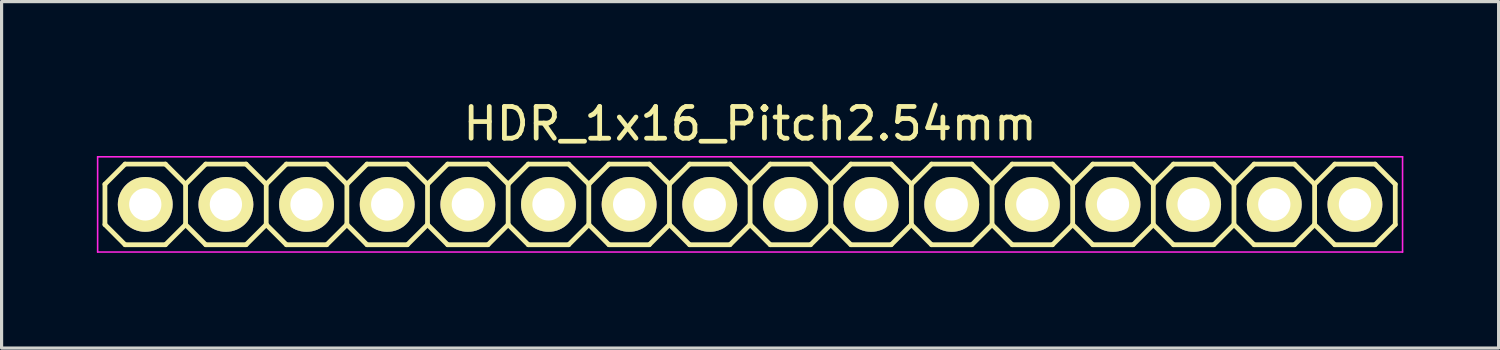
<source format=kicad_pcb>
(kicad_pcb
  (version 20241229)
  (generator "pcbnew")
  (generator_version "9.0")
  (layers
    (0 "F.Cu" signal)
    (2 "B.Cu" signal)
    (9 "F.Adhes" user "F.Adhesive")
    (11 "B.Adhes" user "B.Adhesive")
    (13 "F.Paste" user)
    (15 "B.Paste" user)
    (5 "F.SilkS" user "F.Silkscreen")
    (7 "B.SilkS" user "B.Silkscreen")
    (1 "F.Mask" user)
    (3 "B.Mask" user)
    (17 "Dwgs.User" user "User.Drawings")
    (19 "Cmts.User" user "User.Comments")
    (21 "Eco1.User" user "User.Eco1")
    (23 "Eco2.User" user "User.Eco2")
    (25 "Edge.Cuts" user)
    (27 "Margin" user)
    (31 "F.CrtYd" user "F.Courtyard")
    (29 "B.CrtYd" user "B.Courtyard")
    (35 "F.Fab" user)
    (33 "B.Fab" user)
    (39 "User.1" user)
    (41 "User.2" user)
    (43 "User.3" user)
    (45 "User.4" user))
  (footprint "HDR_1x16_Pitch2.54mm"
    (layer "F.Cu")
    (at 20.575 3.388)
    (property "Reference" "HDR_1x16_Pitch2.54mm" (at 0 -2.54 0) (layer "F.SilkS") (effects (font (size 1 1) (thickness 0.15))))
    (attr through_hole)
    (fp_line (start -20.32 -0.635) (end -20.32 0.635) (stroke (width 0.15) (type solid)) (layer "F.SilkS"))
    (fp_line (start -20.32 0.635) (end -19.685 1.27) (stroke (width 0.15) (type solid)) (layer "F.SilkS"))
    (fp_line (start -19.685 -1.27) (end -20.32 -0.635) (stroke (width 0.15) (type solid)) (layer "F.SilkS"))
    (fp_line (start -19.685 1.27) (end -18.415 1.27) (stroke (width 0.15) (type solid)) (layer "F.SilkS"))
    (fp_line (start -18.415 -1.27) (end -19.685 -1.27) (stroke (width 0.15) (type solid)) (layer "F.SilkS"))
    (fp_line (start -18.415 1.27) (end -17.78 0.635) (stroke (width 0.15) (type solid)) (layer "F.SilkS"))
    (fp_line (start -17.78 -0.635) (end -18.415 -1.27) (stroke (width 0.15) (type solid)) (layer "F.SilkS"))
    (fp_line (start -17.78 -0.635) (end -17.78 0.635) (stroke (width 0.15) (type solid)) (layer "F.SilkS"))
    (fp_line (start -17.78 -0.635) (end -17.145 -1.27) (stroke (width 0.15) (type solid)) (layer "F.SilkS"))
    (fp_line (start -17.145 -1.27) (end -15.875 -1.27) (stroke (width 0.15) (type solid)) (layer "F.SilkS"))
    (fp_line (start -17.145 1.27) (end -17.78 0.635) (stroke (width 0.15) (type solid)) (layer "F.SilkS"))
    (fp_line (start -15.875 -1.27) (end -15.24 -0.635) (stroke (width 0.15) (type solid)) (layer "F.SilkS"))
    (fp_line (start -15.875 1.27) (end -17.145 1.27) (stroke (width 0.15) (type solid)) (layer "F.SilkS"))
    (fp_line (start -15.24 -0.635) (end -15.24 0.635) (stroke (width 0.15) (type solid)) (layer "F.SilkS"))
    (fp_line (start -15.24 -0.635) (end -14.605 -1.27) (stroke (width 0.15) (type solid)) (layer "F.SilkS"))
    (fp_line (start -15.24 0.635) (end -15.875 1.27) (stroke (width 0.15) (type solid)) (layer "F.SilkS"))
    (fp_line (start -14.605 -1.27) (end -13.335 -1.27) (stroke (width 0.15) (type solid)) (layer "F.SilkS"))
    (fp_line (start -14.605 1.27) (end -15.24 0.635) (stroke (width 0.15) (type solid)) (layer "F.SilkS"))
    (fp_line (start -13.335 -1.27) (end -12.7 -0.635) (stroke (width 0.15) (type solid)) (layer "F.SilkS"))
    (fp_line (start -13.335 1.27) (end -14.605 1.27) (stroke (width 0.15) (type solid)) (layer "F.SilkS"))
    (fp_line (start -12.7 -0.635) (end -12.7 0.635) (stroke (width 0.15) (type solid)) (layer "F.SilkS"))
    (fp_line (start -12.7 -0.635) (end -12.065 -1.27) (stroke (width 0.15) (type solid)) (layer "F.SilkS"))
    (fp_line (start -12.7 0.635) (end -13.335 1.27) (stroke (width 0.15) (type solid)) (layer "F.SilkS"))
    (fp_line (start -12.065 -1.27) (end -10.795 -1.27) (stroke (width 0.15) (type solid)) (layer "F.SilkS"))
    (fp_line (start -12.065 1.27) (end -12.7 0.635) (stroke (width 0.15) (type solid)) (layer "F.SilkS"))
    (fp_line (start -10.795 -1.27) (end -10.16 -0.635) (stroke (width 0.15) (type solid)) (layer "F.SilkS"))
    (fp_line (start -10.795 1.27) (end -12.065 1.27) (stroke (width 0.15) (type solid)) (layer "F.SilkS"))
    (fp_line (start -10.16 -0.635) (end -10.16 0.635) (stroke (width 0.15) (type solid)) (layer "F.SilkS"))
    (fp_line (start -10.16 -0.635) (end -9.525 -1.27) (stroke (width 0.15) (type solid)) (layer "F.SilkS"))
    (fp_line (start -10.16 0.635) (end -10.795 1.27) (stroke (width 0.15) (type solid)) (layer "F.SilkS"))
    (fp_line (start -9.525 -1.27) (end -8.255 -1.27) (stroke (width 0.15) (type solid)) (layer "F.SilkS"))
    (fp_line (start -9.525 1.27) (end -10.16 0.635) (stroke (width 0.15) (type solid)) (layer "F.SilkS"))
    (fp_line (start -8.255 -1.27) (end -7.62 -0.635) (stroke (width 0.15) (type solid)) (layer "F.SilkS"))
    (fp_line (start -8.255 1.27) (end -9.525 1.27) (stroke (width 0.15) (type solid)) (layer "F.SilkS"))
    (fp_line (start -7.62 -0.635) (end -7.62 0.635) (stroke (width 0.15) (type solid)) (layer "F.SilkS"))
    (fp_line (start -7.62 -0.635) (end -6.985 -1.27) (stroke (width 0.15) (type solid)) (layer "F.SilkS"))
    (fp_line (start -7.62 0.635) (end -8.255 1.27) (stroke (width 0.15) (type solid)) (layer "F.SilkS"))
    (fp_line (start -6.985 -1.27) (end -5.715 -1.27) (stroke (width 0.15) (type solid)) (layer "F.SilkS"))
    (fp_line (start -6.985 1.27) (end -7.62 0.635) (stroke (width 0.15) (type solid)) (layer "F.SilkS"))
    (fp_line (start -5.715 -1.27) (end -5.08 -0.635) (stroke (width 0.15) (type solid)) (layer "F.SilkS"))
    (fp_line (start -5.715 1.27) (end -6.985 1.27) (stroke (width 0.15) (type solid)) (layer "F.SilkS"))
    (fp_line (start -5.08 -0.635) (end -5.08 0.635) (stroke (width 0.15) (type solid)) (layer "F.SilkS"))
    (fp_line (start -5.08 -0.635) (end -4.445 -1.27) (stroke (width 0.15) (type solid)) (layer "F.SilkS"))
    (fp_line (start -5.08 0.635) (end -5.715 1.27) (stroke (width 0.15) (type solid)) (layer "F.SilkS"))
    (fp_line (start -4.445 -1.27) (end -3.175 -1.27) (stroke (width 0.15) (type solid)) (layer "F.SilkS"))
    (fp_line (start -4.445 1.27) (end -5.08 0.635) (stroke (width 0.15) (type solid)) (layer "F.SilkS"))
    (fp_line (start -3.175 -1.27) (end -2.54 -0.635) (stroke (width 0.15) (type solid)) (layer "F.SilkS"))
    (fp_line (start -3.175 1.27) (end -4.445 1.27) (stroke (width 0.15) (type solid)) (layer "F.SilkS"))
    (fp_line (start -2.54 -0.635) (end -2.54 0.635) (stroke (width 0.15) (type solid)) (layer "F.SilkS"))
    (fp_line (start -2.54 -0.635) (end -1.905 -1.27) (stroke (width 0.15) (type solid)) (layer "F.SilkS"))
    (fp_line (start -2.54 0.635) (end -3.175 1.27) (stroke (width 0.15) (type solid)) (layer "F.SilkS"))
    (fp_line (start -1.905 -1.27) (end -0.635 -1.27) (stroke (width 0.15) (type solid)) (layer "F.SilkS"))
    (fp_line (start -1.905 1.27) (end -2.54 0.635) (stroke (width 0.15) (type solid)) (layer "F.SilkS"))
    (fp_line (start -0.635 -1.27) (end 0 -0.635) (stroke (width 0.15) (type solid)) (layer "F.SilkS"))
    (fp_line (start -0.635 1.27) (end -1.905 1.27) (stroke (width 0.15) (type solid)) (layer "F.SilkS"))
    (fp_line (start 0 -0.635) (end 0 0.635) (stroke (width 0.15) (type solid)) (layer "F.SilkS"))
    (fp_line (start 0 -0.635) (end 0.635 -1.27) (stroke (width 0.15) (type solid)) (layer "F.SilkS"))
    (fp_line (start 0 0.635) (end -0.635 1.27) (stroke (width 0.15) (type solid)) (layer "F.SilkS"))
    (fp_line (start 0.635 -1.27) (end 1.905 -1.27) (stroke (width 0.15) (type solid)) (layer "F.SilkS"))
    (fp_line (start 0.635 1.27) (end 0 0.635) (stroke (width 0.15) (type solid)) (layer "F.SilkS"))
    (fp_line (start 1.905 -1.27) (end 2.54 -0.635) (stroke (width 0.15) (type solid)) (layer "F.SilkS"))
    (fp_line (start 1.905 1.27) (end 0.635 1.27) (stroke (width 0.15) (type solid)) (layer "F.SilkS"))
    (fp_line (start 2.54 -0.635) (end 2.54 0.635) (stroke (width 0.15) (type solid)) (layer "F.SilkS"))
    (fp_line (start 2.54 -0.635) (end 3.175 -1.27) (stroke (width 0.15) (type solid)) (layer "F.SilkS"))
    (fp_line (start 2.54 0.635) (end 1.905 1.27) (stroke (width 0.15) (type solid)) (layer "F.SilkS"))
    (fp_line (start 3.175 -1.27) (end 4.445 -1.27) (stroke (width 0.15) (type solid)) (layer "F.SilkS"))
    (fp_line (start 3.175 1.27) (end 2.54 0.635) (stroke (width 0.15) (type solid)) (layer "F.SilkS"))
    (fp_line (start 4.445 -1.27) (end 5.08 -0.635) (stroke (width 0.15) (type solid)) (layer "F.SilkS"))
    (fp_line (start 4.445 1.27) (end 3.175 1.27) (stroke (width 0.15) (type solid)) (layer "F.SilkS"))
    (fp_line (start 5.08 -0.635) (end 5.08 0.635) (stroke (width 0.15) (type solid)) (layer "F.SilkS"))
    (fp_line (start 5.08 -0.635) (end 5.715 -1.27) (stroke (width 0.15) (type solid)) (layer "F.SilkS"))
    (fp_line (start 5.08 0.635) (end 4.445 1.27) (stroke (width 0.15) (type solid)) (layer "F.SilkS"))
    (fp_line (start 5.08 0.635) (end 5.715 1.27) (stroke (width 0.15) (type solid)) (layer "F.SilkS"))
    (fp_line (start 5.715 -1.27) (end 6.985 -1.27) (stroke (width 0.15) (type solid)) (layer "F.SilkS"))
    (fp_line (start 5.715 1.27) (end 6.985 1.27) (stroke (width 0.15) (type solid)) (layer "F.SilkS"))
    (fp_line (start 6.985 -1.27) (end 7.62 -0.635) (stroke (width 0.15) (type solid)) (layer "F.SilkS"))
    (fp_line (start 6.985 1.27) (end 7.62 0.635) (stroke (width 0.15) (type solid)) (layer "F.SilkS"))
    (fp_line (start 7.62 -0.635) (end 7.62 0.635) (stroke (width 0.15) (type solid)) (layer "F.SilkS"))
    (fp_line (start 7.62 -0.635) (end 8.255 -1.27) (stroke (width 0.15) (type solid)) (layer "F.SilkS"))
    (fp_line (start 7.62 0.635) (end 8.255 1.27) (stroke (width 0.15) (type solid)) (layer "F.SilkS"))
    (fp_line (start 8.255 -1.27) (end 9.525 -1.27) (stroke (width 0.15) (type solid)) (layer "F.SilkS"))
    (fp_line (start 8.255 1.27) (end 9.525 1.27) (stroke (width 0.15) (type solid)) (layer "F.SilkS"))
    (fp_line (start 9.525 -1.27) (end 10.16 -0.635) (stroke (width 0.15) (type solid)) (layer "F.SilkS"))
    (fp_line (start 9.525 1.27) (end 10.16 0.635) (stroke (width 0.15) (type solid)) (layer "F.SilkS"))
    (fp_line (start 10.16 -0.635) (end 10.16 0.635) (stroke (width 0.15) (type solid)) (layer "F.SilkS"))
    (fp_line (start 10.16 -0.635) (end 10.795 -1.27) (stroke (width 0.15) (type solid)) (layer "F.SilkS"))
    (fp_line (start 10.16 0.635) (end 10.795 1.27) (stroke (width 0.15) (type solid)) (layer "F.SilkS"))
    (fp_line (start 10.795 -1.27) (end 12.065 -1.27) (stroke (width 0.15) (type solid)) (layer "F.SilkS"))
    (fp_line (start 10.795 1.27) (end 12.065 1.27) (stroke (width 0.15) (type solid)) (layer "F.SilkS"))
    (fp_line (start 12.065 -1.27) (end 12.7 -0.635) (stroke (width 0.15) (type solid)) (layer "F.SilkS"))
    (fp_line (start 12.065 1.27) (end 12.7 0.635) (stroke (width 0.15) (type solid)) (layer "F.SilkS"))
    (fp_line (start 12.7 -0.635) (end 12.7 0.635) (stroke (width 0.15) (type solid)) (layer "F.SilkS"))
    (fp_line (start 12.7 -0.635) (end 13.335 -1.27) (stroke (width 0.15) (type solid)) (layer "F.SilkS"))
    (fp_line (start 12.7 0.635) (end 13.335 1.27) (stroke (width 0.15) (type solid)) (layer "F.SilkS"))
    (fp_line (start 13.335 -1.27) (end 14.605 -1.27) (stroke (width 0.15) (type solid)) (layer "F.SilkS"))
    (fp_line (start 13.335 1.27) (end 14.605 1.27) (stroke (width 0.15) (type solid)) (layer "F.SilkS"))
    (fp_line (start 14.605 -1.27) (end 15.24 -0.635) (stroke (width 0.15) (type solid)) (layer "F.SilkS"))
    (fp_line (start 14.605 1.27) (end 15.24 0.635) (stroke (width 0.15) (type solid)) (layer "F.SilkS"))
    (fp_line (start 15.24 -0.635) (end 15.24 0.635) (stroke (width 0.15) (type solid)) (layer "F.SilkS"))
    (fp_line (start 15.24 -0.635) (end 15.875 -1.27) (stroke (width 0.15) (type solid)) (layer "F.SilkS"))
    (fp_line (start 15.875 -1.27) (end 17.145 -1.27) (stroke (width 0.15) (type solid)) (layer "F.SilkS"))
    (fp_line (start 15.875 1.27) (end 15.24 0.635) (stroke (width 0.15) (type solid)) (layer "F.SilkS"))
    (fp_line (start 17.145 -1.27) (end 17.78 -0.635) (stroke (width 0.15) (type solid)) (layer "F.SilkS"))
    (fp_line (start 17.145 1.27) (end 15.875 1.27) (stroke (width 0.15) (type solid)) (layer "F.SilkS"))
    (fp_line (start 17.78 -0.635) (end 17.78 0.635) (stroke (width 0.15) (type solid)) (layer "F.SilkS"))
    (fp_line (start 17.78 0.635) (end 17.145 1.27) (stroke (width 0.15) (type solid)) (layer "F.SilkS"))
    (fp_line (start 17.78 0.635) (end 18.415 1.27) (stroke (width 0.15) (type solid)) (layer "F.SilkS"))
    (fp_line (start 18.415 -1.27) (end 17.78 -0.635) (stroke (width 0.15) (type solid)) (layer "F.SilkS"))
    (fp_line (start 18.415 1.27) (end 19.685 1.27) (stroke (width 0.15) (type solid)) (layer "F.SilkS"))
    (fp_line (start 19.685 -1.27) (end 18.415 -1.27) (stroke (width 0.15) (type solid)) (layer "F.SilkS"))
    (fp_line (start 19.685 1.27) (end 20.32 0.635) (stroke (width 0.15) (type solid)) (layer "F.SilkS"))
    (fp_line (start 20.32 -0.635) (end 19.685 -1.27) (stroke (width 0.15) (type solid)) (layer "F.SilkS"))
    (fp_line (start 20.32 0.635) (end 20.32 -0.635) (stroke (width 0.15) (type solid)) (layer "F.SilkS"))
    (fp_line (start -20.55 -1.5) (end -20.55 1.5) (stroke (width 0.05) (type solid)) (layer "F.CrtYd"))
    (fp_line (start -20.55 1.5) (end 20.55 1.5) (stroke (width 0.05) (type solid)) (layer "F.CrtYd"))
    (fp_line (start 20.55 -1.5) (end -20.55 -1.5) (stroke (width 0.05) (type solid)) (layer "F.CrtYd"))
    (fp_line (start 20.55 1.5) (end 20.55 -1.5) (stroke (width 0.05) (type solid)) (layer "F.CrtYd"))
    (pad "1" thru_hole oval (at -19.05 0) (size 1.727 1.727) (drill 1.016) (layers "*.Cu" "*.Mask" "F.SilkS"))
    (pad "2" thru_hole oval (at -16.51 0) (size 1.727 1.727) (drill 1.016) (layers "*.Cu" "*.Mask" "F.SilkS"))
    (pad "3" thru_hole oval (at -13.97 0) (size 1.727 1.727) (drill 1.016) (layers "*.Cu" "*.Mask" "F.SilkS"))
    (pad "4" thru_hole oval (at -11.43 0) (size 1.727 1.727) (drill 1.016) (layers "*.Cu" "*.Mask" "F.SilkS"))
    (pad "5" thru_hole oval (at -8.89 0) (size 1.727 1.727) (drill 1.016) (layers "*.Cu" "*.Mask" "F.SilkS"))
    (pad "6" thru_hole oval (at -6.35 0) (size 1.727 1.727) (drill 1.016) (layers "*.Cu" "*.Mask" "F.SilkS"))
    (pad "7" thru_hole oval (at -3.81 0) (size 1.727 1.727) (drill 1.016) (layers "*.Cu" "*.Mask" "F.SilkS"))
    (pad "8" thru_hole oval (at -1.27 0) (size 1.727 1.727) (drill 1.016) (layers "*.Cu" "*.Mask" "F.SilkS"))
    (pad "9" thru_hole oval (at 1.27 0) (size 1.727 1.727) (drill 1.016) (layers "*.Cu" "*.Mask" "F.SilkS"))
    (pad "10" thru_hole oval (at 3.81 0) (size 1.727 1.727) (drill 1.016) (layers "*.Cu" "*.Mask" "F.SilkS"))
    (pad "11" thru_hole oval (at 6.35 0) (size 1.727 1.727) (drill 1.016) (layers "*.Cu" "*.Mask" "F.SilkS"))
    (pad "12" thru_hole oval (at 8.89 0) (size 1.727 1.727) (drill 1.016) (layers "*.Cu" "*.Mask" "F.SilkS"))
    (pad "13" thru_hole oval (at 11.43 0) (size 1.727 1.727) (drill 1.016) (layers "*.Cu" "*.Mask" "F.SilkS"))
    (pad "14" thru_hole oval (at 13.97 0) (size 1.727 1.727) (drill 1.016) (layers "*.Cu" "*.Mask" "F.SilkS"))
    (pad "15" thru_hole oval (at 16.51 0) (size 1.727 1.727) (drill 1.016) (layers "*.Cu" "*.Mask" "F.SilkS"))
    (pad "16" thru_hole oval (at 19.05 0) (size 1.727 1.727) (drill 1.016) (layers "*.Cu" "*.Mask" "F.SilkS")))
  (gr_rect
    (start -3 -3)
    (end 44.15 7.913)
    (stroke (width 0.1) (type default))
    (fill no)
    (layer "Edge.Cuts")))
</source>
